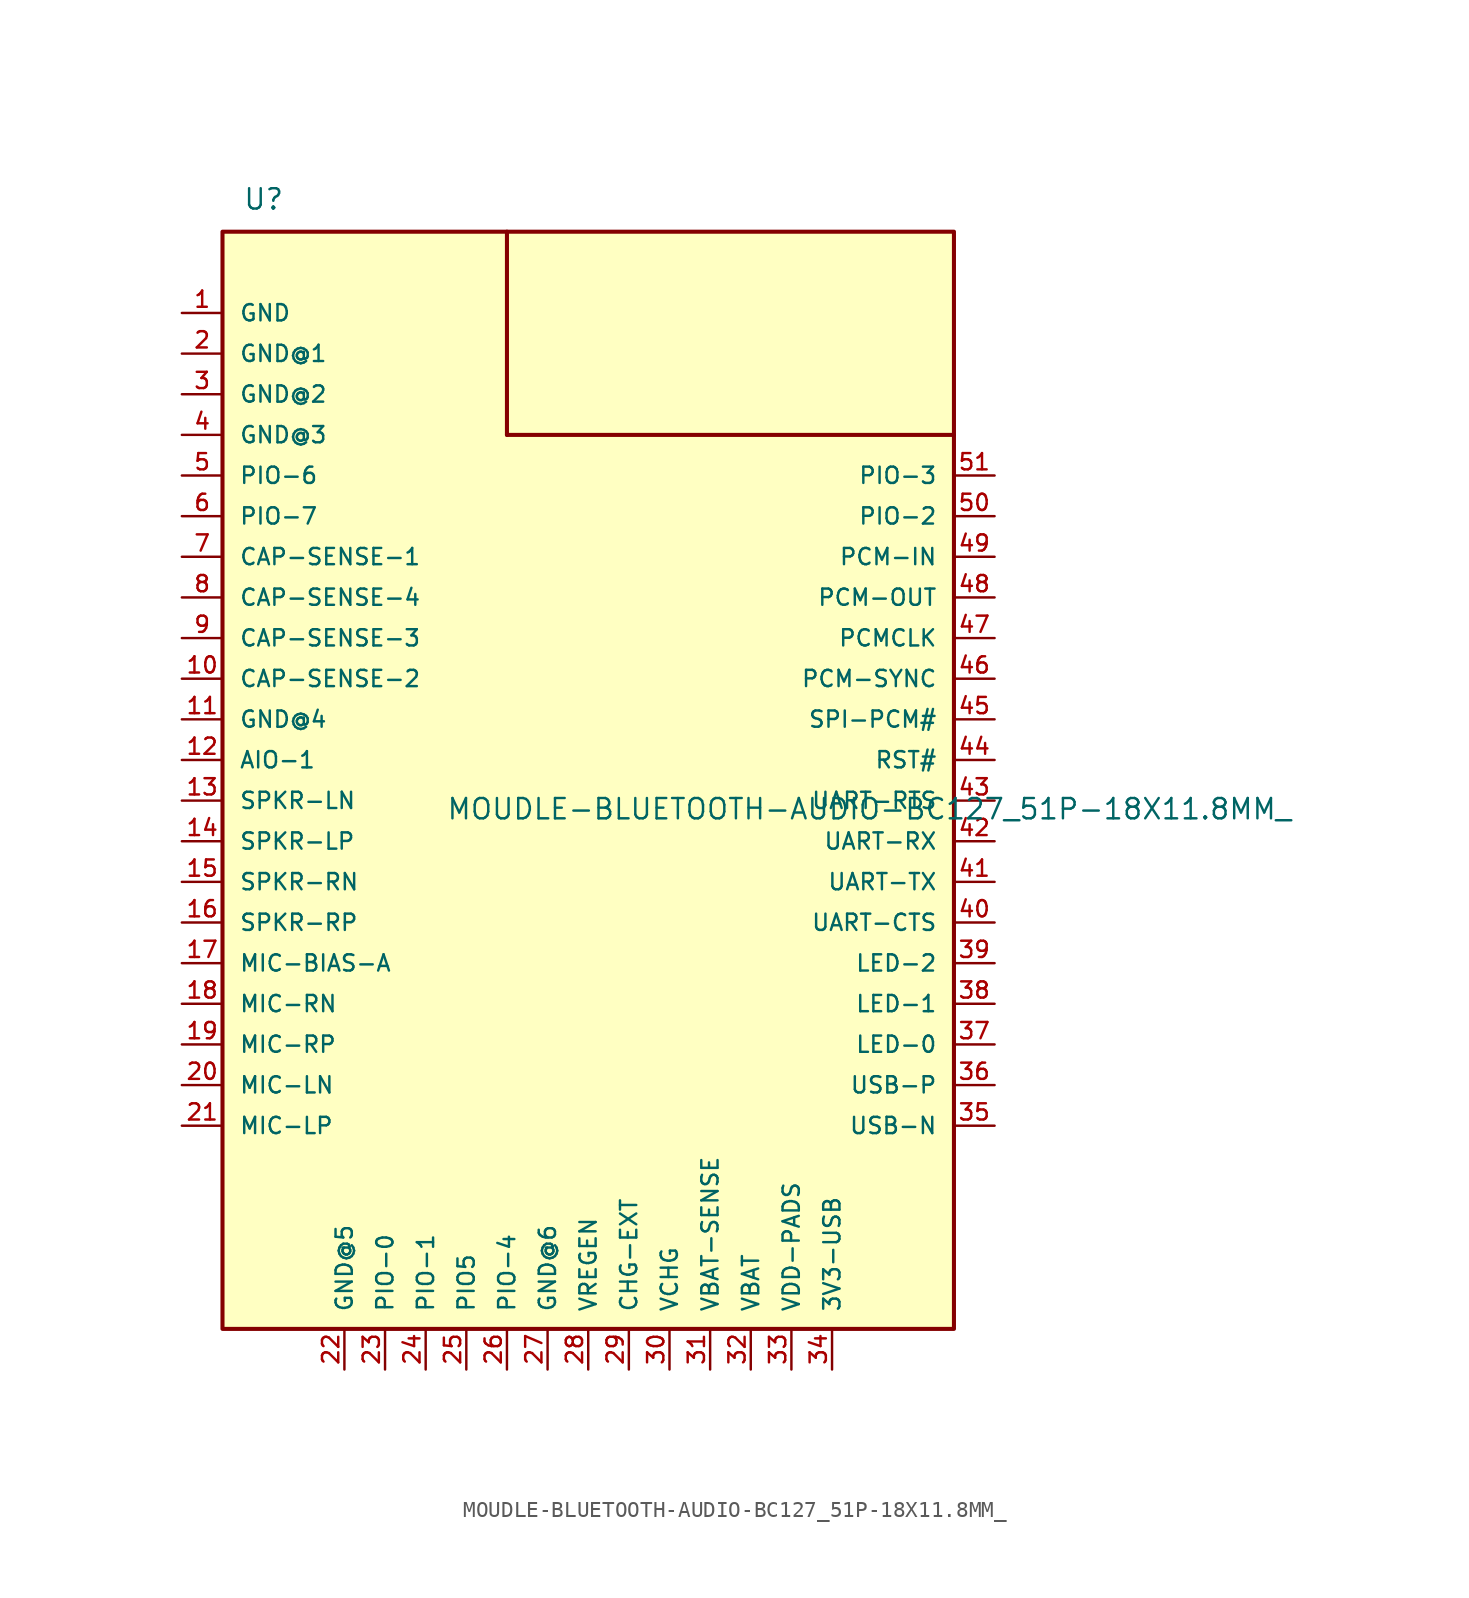
<source format=kicad_sym>
(kicad_symbol_lib
  (version 20211014)
  (generator kicad_symbol_editor)
  (symbol "MOUDLE-BLUETOOTH-AUDIO-BC127_51P-18X11.8MM_"
    (pin_names
      (offset 1.016))
    (property "Reference" "U"
      (at -21.599 36.845 0)
      (effects (font (size 1.27 1.27)) (justify bottom left)))
    (property "Value" "MOUDLE-BLUETOOTH-AUDIO-BC127_51P-18X11.8MM_"
      (at -8.89 -1.27 0)
      (effects (font (size 1.27 1.27)) (justify bottom left)))
    (symbol "MOUDLE-BLUETOOTH-AUDIO-BC127_51P-18X11.8MM__0_0"
      (polyline (pts (xy 22.86 22.86) (xy -5.08 22.86)) (stroke (width 0.254)))
      (polyline (pts (xy -5.08 22.86) (xy -5.08 35.56)) (stroke (width 0.254)))
      (rectangle (start -22.86 -33.02) (end 22.86 35.56) (stroke (width 0.254)) (fill (type background)))
      (pin bidirectional line (at -25.4 30.48 0) (length 2.54) (name "GND" (effects (font (size 1.016 1.016)))) (number "1" (effects (font (size 1.016 1.016)))))
      (pin bidirectional line (at -25.4 27.94 0) (length 2.54) (name "GND@1" (effects (font (size 1.016 1.016)))) (number "2" (effects (font (size 1.016 1.016)))))
      (pin bidirectional line (at -25.4 25.4 0) (length 2.54) (name "GND@2" (effects (font (size 1.016 1.016)))) (number "3" (effects (font (size 1.016 1.016)))))
      (pin bidirectional line (at -25.4 22.86 0) (length 2.54) (name "GND@3" (effects (font (size 1.016 1.016)))) (number "4" (effects (font (size 1.016 1.016)))))
      (pin bidirectional line (at -25.4 20.32 0) (length 2.54) (name "PIO-6" (effects (font (size 1.016 1.016)))) (number "5" (effects (font (size 1.016 1.016)))))
      (pin bidirectional line (at -25.4 17.78 0) (length 2.54) (name "PIO-7" (effects (font (size 1.016 1.016)))) (number "6" (effects (font (size 1.016 1.016)))))
      (pin bidirectional line (at -25.4 15.24 0) (length 2.54) (name "CAP-SENSE-1" (effects (font (size 1.016 1.016)))) (number "7" (effects (font (size 1.016 1.016)))))
      (pin bidirectional line (at -25.4 12.7 0) (length 2.54) (name "CAP-SENSE-4" (effects (font (size 1.016 1.016)))) (number "8" (effects (font (size 1.016 1.016)))))
      (pin bidirectional line (at -25.4 10.16 0) (length 2.54) (name "CAP-SENSE-3" (effects (font (size 1.016 1.016)))) (number "9" (effects (font (size 1.016 1.016)))))
      (pin bidirectional line (at -25.4 7.62 0) (length 2.54) (name "CAP-SENSE-2" (effects (font (size 1.016 1.016)))) (number "10" (effects (font (size 1.016 1.016)))))
      (pin bidirectional line (at -25.4 5.08 0) (length 2.54) (name "GND@4" (effects (font (size 1.016 1.016)))) (number "11" (effects (font (size 1.016 1.016)))))
      (pin bidirectional line (at -25.4 2.54 0) (length 2.54) (name "AIO-1" (effects (font (size 1.016 1.016)))) (number "12" (effects (font (size 1.016 1.016)))))
      (pin bidirectional line (at -25.4 0.0 0) (length 2.54) (name "SPKR-LN" (effects (font (size 1.016 1.016)))) (number "13" (effects (font (size 1.016 1.016)))))
      (pin bidirectional line (at -25.4 -2.54 0) (length 2.54) (name "SPKR-LP" (effects (font (size 1.016 1.016)))) (number "14" (effects (font (size 1.016 1.016)))))
      (pin bidirectional line (at -25.4 -5.08 0) (length 2.54) (name "SPKR-RN" (effects (font (size 1.016 1.016)))) (number "15" (effects (font (size 1.016 1.016)))))
      (pin bidirectional line (at -25.4 -7.62 0) (length 2.54) (name "SPKR-RP" (effects (font (size 1.016 1.016)))) (number "16" (effects (font (size 1.016 1.016)))))
      (pin bidirectional line (at -25.4 -10.16 0) (length 2.54) (name "MIC-BIAS-A" (effects (font (size 1.016 1.016)))) (number "17" (effects (font (size 1.016 1.016)))))
      (pin bidirectional line (at -25.4 -12.7 0) (length 2.54) (name "MIC-RN" (effects (font (size 1.016 1.016)))) (number "18" (effects (font (size 1.016 1.016)))))
      (pin bidirectional line (at -25.4 -15.24 0) (length 2.54) (name "MIC-RP" (effects (font (size 1.016 1.016)))) (number "19" (effects (font (size 1.016 1.016)))))
      (pin bidirectional line (at -25.4 -17.78 0) (length 2.54) (name "MIC-LN" (effects (font (size 1.016 1.016)))) (number "20" (effects (font (size 1.016 1.016)))))
      (pin bidirectional line (at -25.4 -20.32 0) (length 2.54) (name "MIC-LP" (effects (font (size 1.016 1.016)))) (number "21" (effects (font (size 1.016 1.016)))))
      (pin bidirectional line (at -15.24 -35.56 90.0) (length 2.54) (name "GND@5" (effects (font (size 1.016 1.016)))) (number "22" (effects (font (size 1.016 1.016)))))
      (pin bidirectional line (at -12.7 -35.56 90.0) (length 2.54) (name "PIO-0" (effects (font (size 1.016 1.016)))) (number "23" (effects (font (size 1.016 1.016)))))
      (pin bidirectional line (at -10.16 -35.56 90.0) (length 2.54) (name "PIO-1" (effects (font (size 1.016 1.016)))) (number "24" (effects (font (size 1.016 1.016)))))
      (pin bidirectional line (at -7.62 -35.56 90.0) (length 2.54) (name "PIO5" (effects (font (size 1.016 1.016)))) (number "25" (effects (font (size 1.016 1.016)))))
      (pin bidirectional line (at -5.08 -35.56 90.0) (length 2.54) (name "PIO-4" (effects (font (size 1.016 1.016)))) (number "26" (effects (font (size 1.016 1.016)))))
      (pin bidirectional line (at -2.54 -35.56 90.0) (length 2.54) (name "GND@6" (effects (font (size 1.016 1.016)))) (number "27" (effects (font (size 1.016 1.016)))))
      (pin bidirectional line (at 0.0 -35.56 90.0) (length 2.54) (name "VREGEN" (effects (font (size 1.016 1.016)))) (number "28" (effects (font (size 1.016 1.016)))))
      (pin bidirectional line (at 2.54 -35.56 90.0) (length 2.54) (name "CHG-EXT" (effects (font (size 1.016 1.016)))) (number "29" (effects (font (size 1.016 1.016)))))
      (pin bidirectional line (at 5.08 -35.56 90.0) (length 2.54) (name "VCHG" (effects (font (size 1.016 1.016)))) (number "30" (effects (font (size 1.016 1.016)))))
      (pin bidirectional line (at 7.62 -35.56 90.0) (length 2.54) (name "VBAT-SENSE" (effects (font (size 1.016 1.016)))) (number "31" (effects (font (size 1.016 1.016)))))
      (pin bidirectional line (at 10.16 -35.56 90.0) (length 2.54) (name "VBAT" (effects (font (size 1.016 1.016)))) (number "32" (effects (font (size 1.016 1.016)))))
      (pin bidirectional line (at 12.7 -35.56 90.0) (length 2.54) (name "VDD-PADS" (effects (font (size 1.016 1.016)))) (number "33" (effects (font (size 1.016 1.016)))))
      (pin bidirectional line (at 15.24 -35.56 90.0) (length 2.54) (name "3V3-USB" (effects (font (size 1.016 1.016)))) (number "34" (effects (font (size 1.016 1.016)))))
      (pin bidirectional line (at 25.4 -20.32 180.0) (length 2.54) (name "USB-N" (effects (font (size 1.016 1.016)))) (number "35" (effects (font (size 1.016 1.016)))))
      (pin bidirectional line (at 25.4 -17.78 180.0) (length 2.54) (name "USB-P" (effects (font (size 1.016 1.016)))) (number "36" (effects (font (size 1.016 1.016)))))
      (pin bidirectional line (at 25.4 -15.24 180.0) (length 2.54) (name "LED-0" (effects (font (size 1.016 1.016)))) (number "37" (effects (font (size 1.016 1.016)))))
      (pin bidirectional line (at 25.4 -12.7 180.0) (length 2.54) (name "LED-1" (effects (font (size 1.016 1.016)))) (number "38" (effects (font (size 1.016 1.016)))))
      (pin bidirectional line (at 25.4 -10.16 180.0) (length 2.54) (name "LED-2" (effects (font (size 1.016 1.016)))) (number "39" (effects (font (size 1.016 1.016)))))
      (pin bidirectional line (at 25.4 -7.62 180.0) (length 2.54) (name "UART-CTS" (effects (font (size 1.016 1.016)))) (number "40" (effects (font (size 1.016 1.016)))))
      (pin bidirectional line (at 25.4 -5.08 180.0) (length 2.54) (name "UART-TX" (effects (font (size 1.016 1.016)))) (number "41" (effects (font (size 1.016 1.016)))))
      (pin bidirectional line (at 25.4 -2.54 180.0) (length 2.54) (name "UART-RX" (effects (font (size 1.016 1.016)))) (number "42" (effects (font (size 1.016 1.016)))))
      (pin bidirectional line (at 25.4 0.0 180.0) (length 2.54) (name "UART-RTS" (effects (font (size 1.016 1.016)))) (number "43" (effects (font (size 1.016 1.016)))))
      (pin bidirectional line (at 25.4 2.54 180.0) (length 2.54) (name "RST#" (effects (font (size 1.016 1.016)))) (number "44" (effects (font (size 1.016 1.016)))))
      (pin bidirectional line (at 25.4 5.08 180.0) (length 2.54) (name "SPI-PCM#" (effects (font (size 1.016 1.016)))) (number "45" (effects (font (size 1.016 1.016)))))
      (pin bidirectional line (at 25.4 7.62 180.0) (length 2.54) (name "PCM-SYNC" (effects (font (size 1.016 1.016)))) (number "46" (effects (font (size 1.016 1.016)))))
      (pin bidirectional line (at 25.4 10.16 180.0) (length 2.54) (name "PCMCLK" (effects (font (size 1.016 1.016)))) (number "47" (effects (font (size 1.016 1.016)))))
      (pin bidirectional line (at 25.4 12.7 180.0) (length 2.54) (name "PCM-OUT" (effects (font (size 1.016 1.016)))) (number "48" (effects (font (size 1.016 1.016)))))
      (pin bidirectional line (at 25.4 15.24 180.0) (length 2.54) (name "PCM-IN" (effects (font (size 1.016 1.016)))) (number "49" (effects (font (size 1.016 1.016)))))
      (pin bidirectional line (at 25.4 17.78 180.0) (length 2.54) (name "PIO-2" (effects (font (size 1.016 1.016)))) (number "50" (effects (font (size 1.016 1.016)))))
      (pin bidirectional line (at 25.4 20.32 180.0) (length 2.54) (name "PIO-3" (effects (font (size 1.016 1.016)))) (number "51" (effects (font (size 1.016 1.016))))))))
</source>
